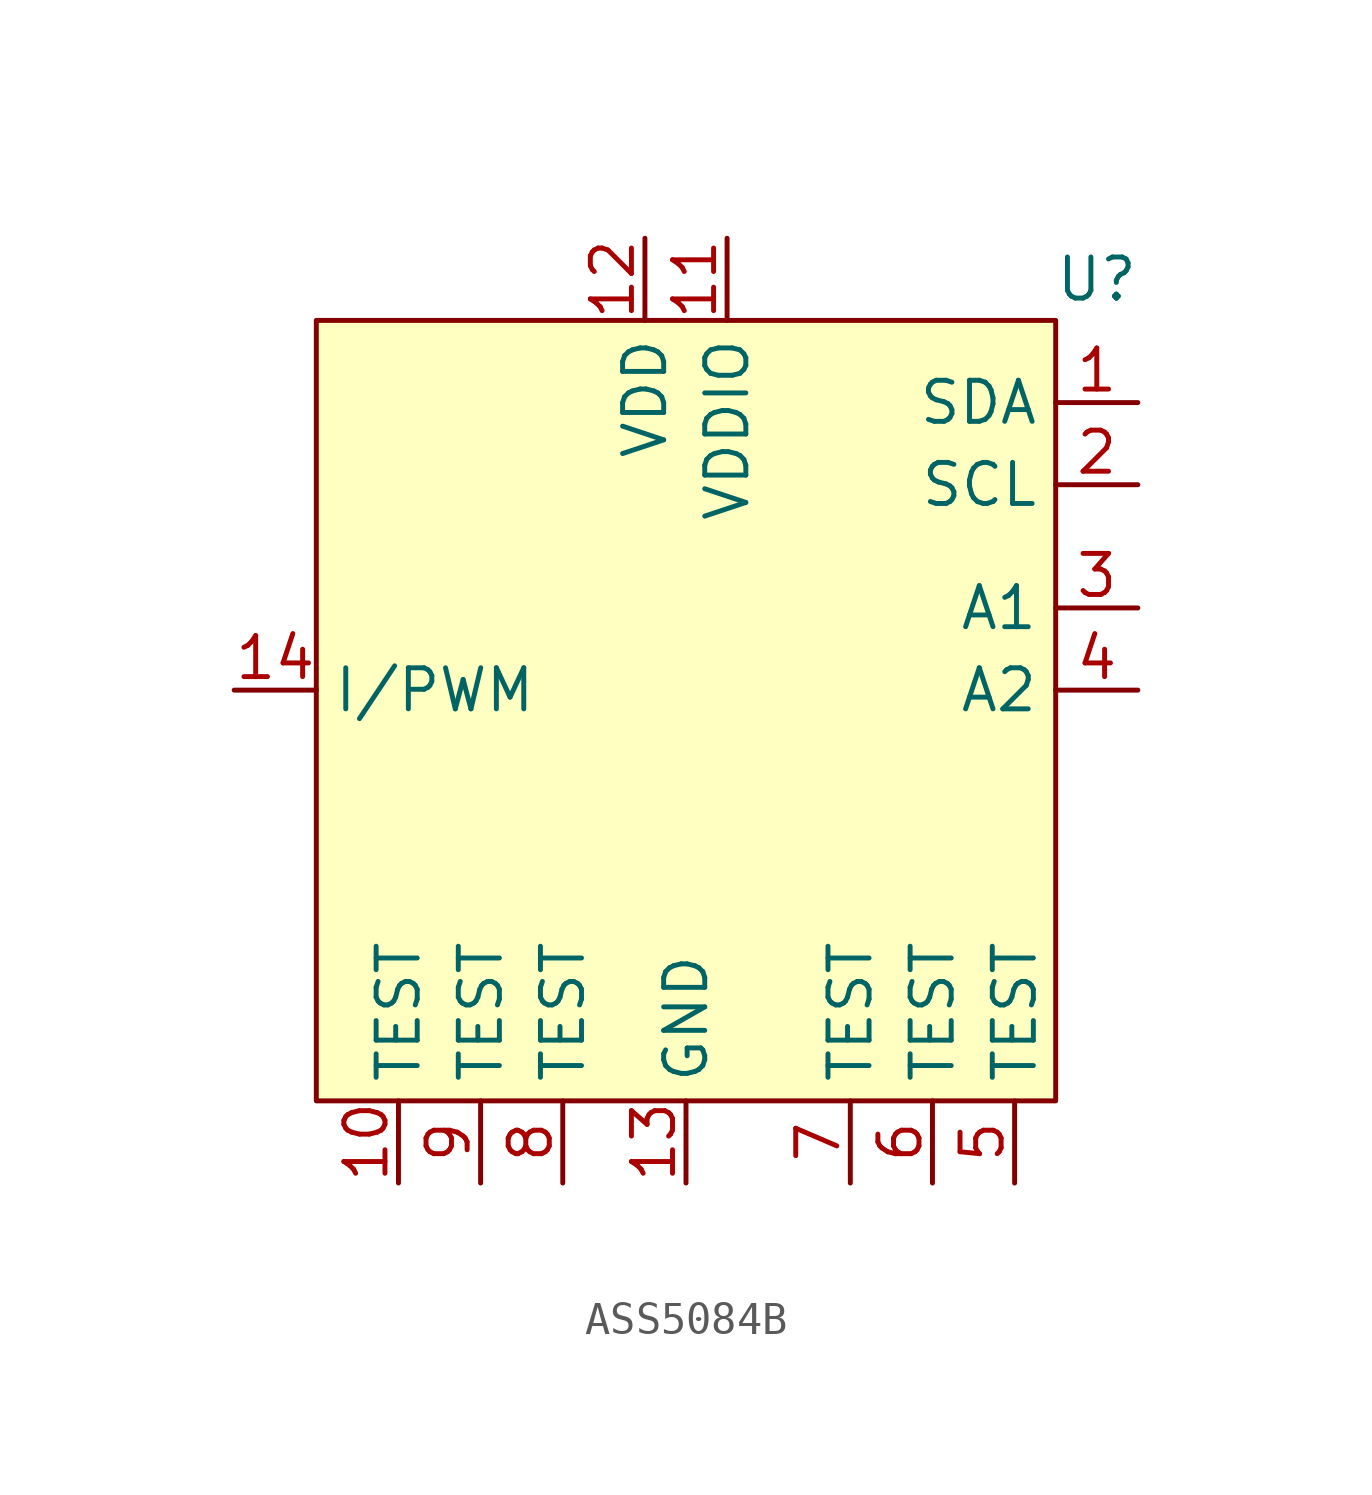
<source format=kicad_sym>
(kicad_symbol_lib
  (version 20231120)
  (generator "kicad_symbol_editor")
  (generator_version "8.0")
  (symbol "ASS5084B"
    (property "Reference" "U"
      (at 12.7 1.27 0)
      (effects (font (size 1.27 1.27))))
    (property "Value" ""
      (at 0 0 0)
      (effects (font (size 1.27 1.27))))
    (symbol "ASS5084B_1_1"
      (rectangle (start -11.43 0) (end 11.43 -24.13) (stroke (width 0) (type default)) (fill (type background)))
      (pin bidirectional line (at 13.97 -2.54 180) (length 2.54) (name "SDA" (effects (font (size 1.27 1.27)))) (number "1" (effects (font (size 1.27 1.27)))))
      (pin output line (at -8.89 -26.67 90) (length 2.54) (name "TEST" (effects (font (size 1.27 1.27)))) (number "10" (effects (font (size 1.27 1.27)))))
      (pin power_in line (at 1.27 2.54 270) (length 2.54) (name "VDDIO" (effects (font (size 1.27 1.27)))) (number "11" (effects (font (size 1.27 1.27)))))
      (pin power_in line (at -1.27 2.54 270) (length 2.54) (name "VDD" (effects (font (size 1.27 1.27)))) (number "12" (effects (font (size 1.27 1.27)))))
      (pin passive line (at 0 -26.67 90) (length 2.54) (name "GND" (effects (font (size 1.27 1.27)))) (number "13" (effects (font (size 1.27 1.27)))))
      (pin output line (at -13.97 -11.43 0) (length 2.54) (name "I/PWM" (effects (font (size 1.27 1.27)))) (number "14" (effects (font (size 1.27 1.27)))))
      (pin bidirectional line (at 13.97 -5.08 180) (length 2.54) (name "SCL" (effects (font (size 1.27 1.27)))) (number "2" (effects (font (size 1.27 1.27)))))
      (pin input line (at 13.97 -8.89 180) (length 2.54) (name "A1" (effects (font (size 1.27 1.27)))) (number "3" (effects (font (size 1.27 1.27)))))
      (pin input line (at 13.97 -11.43 180) (length 2.54) (name "A2" (effects (font (size 1.27 1.27)))) (number "4" (effects (font (size 1.27 1.27)))))
      (pin output line (at 10.16 -26.67 90) (length 2.54) (name "TEST" (effects (font (size 1.27 1.27)))) (number "5" (effects (font (size 1.27 1.27)))))
      (pin output line (at 7.62 -26.67 90) (length 2.54) (name "TEST" (effects (font (size 1.27 1.27)))) (number "6" (effects (font (size 1.27 1.27)))))
      (pin output line (at 5.08 -26.67 90) (length 2.54) (name "TEST" (effects (font (size 1.27 1.27)))) (number "7" (effects (font (size 1.27 1.27)))))
      (pin output line (at -3.81 -26.67 90) (length 2.54) (name "TEST" (effects (font (size 1.27 1.27)))) (number "8" (effects (font (size 1.27 1.27)))))
      (pin output line (at -6.35 -26.67 90) (length 2.54) (name "TEST" (effects (font (size 1.27 1.27)))) (number "9" (effects (font (size 1.27 1.27))))))))
</source>
